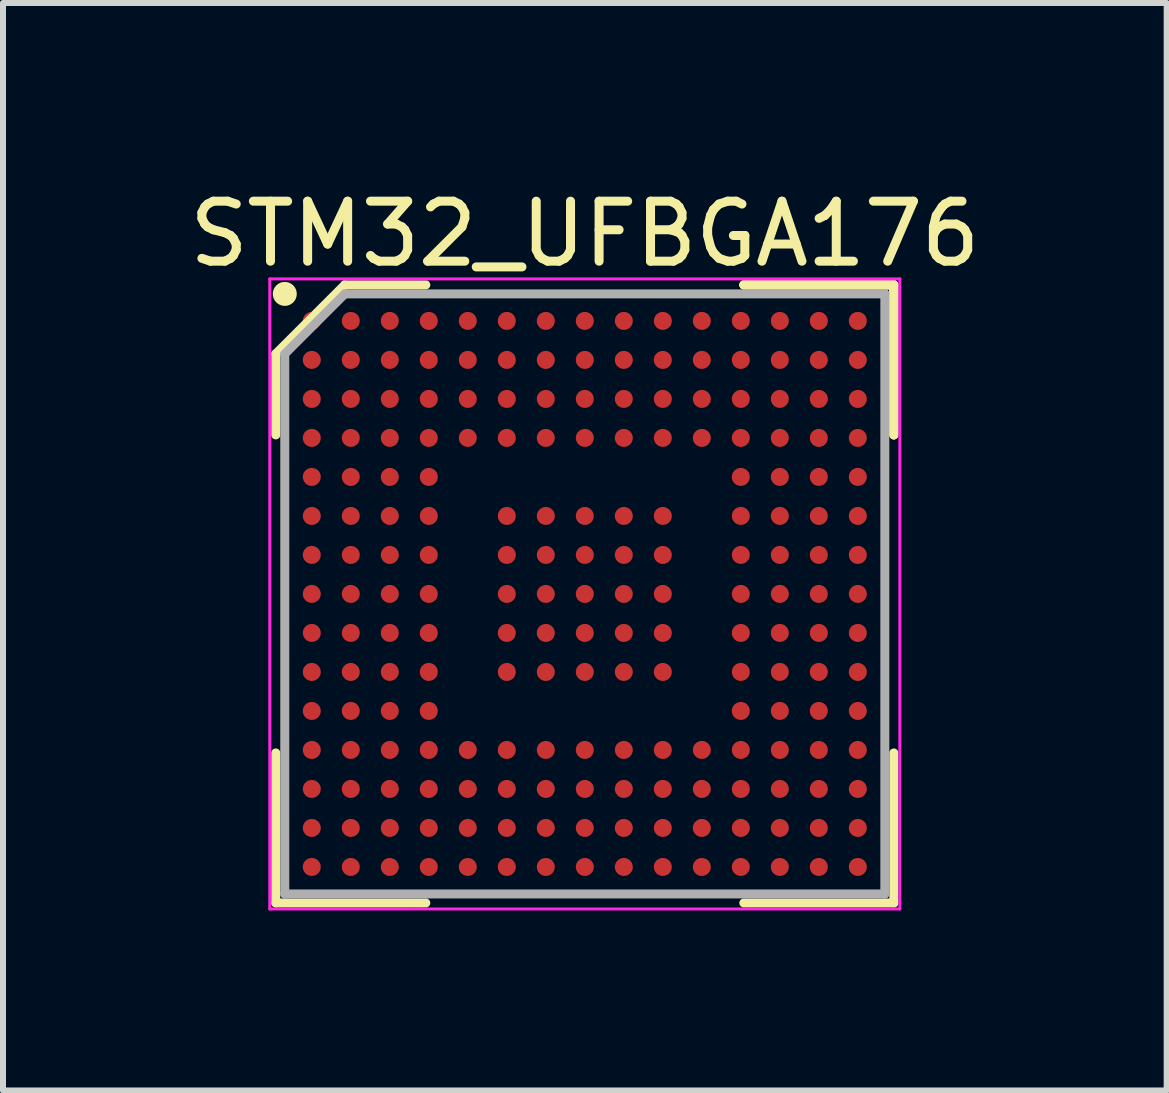
<source format=kicad_pcb>
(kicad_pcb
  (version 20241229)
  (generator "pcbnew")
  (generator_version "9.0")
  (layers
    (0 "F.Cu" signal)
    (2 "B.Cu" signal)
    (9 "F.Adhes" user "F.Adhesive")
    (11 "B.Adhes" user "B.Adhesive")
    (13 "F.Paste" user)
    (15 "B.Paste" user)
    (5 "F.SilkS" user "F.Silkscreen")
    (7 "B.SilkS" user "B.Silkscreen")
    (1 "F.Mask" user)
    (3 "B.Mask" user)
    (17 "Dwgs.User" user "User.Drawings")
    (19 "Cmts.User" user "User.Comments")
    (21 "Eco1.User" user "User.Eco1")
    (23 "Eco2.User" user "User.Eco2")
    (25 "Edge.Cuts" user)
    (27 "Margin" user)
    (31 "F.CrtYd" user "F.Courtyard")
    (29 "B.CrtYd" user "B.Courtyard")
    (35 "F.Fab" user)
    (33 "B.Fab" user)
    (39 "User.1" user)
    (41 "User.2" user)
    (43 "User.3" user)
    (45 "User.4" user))
  (footprint "STM32_UFBGA176"
    (layer "F.Cu")
    (at 6.696 6.848)
    (property "Reference" "STM32_UFBGA176" (at 0 -6 0) (layer "F.SilkS") (effects (font (size 1 1) (thickness 0.15))))
    (attr smd)
    (fp_line (start -5.15 -4) (end -5.15 -2.65) (stroke (width 0.15) (type solid)) (layer "F.SilkS"))
    (fp_line (start -5.15 5.15) (end -5.15 2.65) (stroke (width 0.15) (type solid)) (layer "F.SilkS"))
    (fp_line (start -4 -5.15) (end -5.15 -4) (stroke (width 0.15) (type solid)) (layer "F.SilkS"))
    (fp_line (start -2.65 -5.15) (end -4 -5.15) (stroke (width 0.15) (type solid)) (layer "F.SilkS"))
    (fp_line (start -2.65 5.15) (end -5.15 5.15) (stroke (width 0.15) (type solid)) (layer "F.SilkS"))
    (fp_line (start 2.65 -5.15) (end 5.15 -5.15) (stroke (width 0.15) (type solid)) (layer "F.SilkS"))
    (fp_line (start 2.65 -5.15) (end 5.15 -5.15) (stroke (width 0.15) (type solid)) (layer "F.SilkS"))
    (fp_line (start 2.65 -5.15) (end 5.15 -5.15) (stroke (width 0.15) (type solid)) (layer "F.SilkS"))
    (fp_line (start 2.65 5.15) (end 5.15 5.15) (stroke (width 0.15) (type solid)) (layer "F.SilkS"))
    (fp_line (start 5.15 -5.15) (end 5.15 -2.65) (stroke (width 0.15) (type solid)) (layer "F.SilkS"))
    (fp_line (start 5.15 -5.15) (end 5.15 -2.65) (stroke (width 0.15) (type solid)) (layer "F.SilkS"))
    (fp_line (start 5.15 -5.15) (end 5.15 -2.65) (stroke (width 0.15) (type solid)) (layer "F.SilkS"))
    (fp_line (start 5.15 5.15) (end 5.15 2.65) (stroke (width 0.15) (type solid)) (layer "F.SilkS"))
    (fp_circle (center -5 -5) (end -5 -4.9) (stroke (width 0.2) (type solid)) (fill no) (layer "F.SilkS"))
    (fp_line (start -5.25 -5.25) (end 5.25 -5.25) (stroke (width 0.05) (type solid)) (layer "F.CrtYd"))
    (fp_line (start -5.25 5.25) (end -5.25 -5.25) (stroke (width 0.05) (type solid)) (layer "F.CrtYd"))
    (fp_line (start 5.25 -5.25) (end 5.25 5.25) (stroke (width 0.05) (type solid)) (layer "F.CrtYd"))
    (fp_line (start 5.25 5.25) (end -5.25 5.25) (stroke (width 0.05) (type solid)) (layer "F.CrtYd"))
    (fp_line (start -5 -4) (end -5 5) (stroke (width 0.15) (type solid)) (layer "F.Fab"))
    (fp_line (start -5 5) (end 5 5) (stroke (width 0.15) (type solid)) (layer "F.Fab"))
    (fp_line (start -4 -5) (end -5 -4) (stroke (width 0.15) (type solid)) (layer "F.Fab"))
    (fp_line (start 5 -5) (end -4 -5) (stroke (width 0.15) (type solid)) (layer "F.Fab"))
    (fp_line (start 5 5) (end 5 -5) (stroke (width 0.15) (type solid)) (layer "F.Fab"))
    (pad "A1" smd circle (at -4.55 -4.55) (size 0.3 0.3) (layers "F.Cu" "F.Mask" "F.Paste"))
    (pad "A2" smd circle (at -3.9 -4.55) (size 0.3 0.3) (layers "F.Cu" "F.Mask" "F.Paste"))
    (pad "A3" smd circle (at -3.25 -4.55) (size 0.3 0.3) (layers "F.Cu" "F.Mask" "F.Paste"))
    (pad "A4" smd circle (at -2.6 -4.55) (size 0.3 0.3) (layers "F.Cu" "F.Mask" "F.Paste"))
    (pad "A5" smd circle (at -1.95 -4.55) (size 0.3 0.3) (layers "F.Cu" "F.Mask" "F.Paste"))
    (pad "A6" smd circle (at -1.3 -4.55) (size 0.3 0.3) (layers "F.Cu" "F.Mask" "F.Paste"))
    (pad "A7" smd circle (at -0.65 -4.55) (size 0.3 0.3) (layers "F.Cu" "F.Mask" "F.Paste"))
    (pad "A8" smd circle (at 0 -4.55) (size 0.3 0.3) (layers "F.Cu" "F.Mask" "F.Paste"))
    (pad "A9" smd circle (at 0.65 -4.55) (size 0.3 0.3) (layers "F.Cu" "F.Mask" "F.Paste"))
    (pad "A10" smd circle (at 1.3 -4.55) (size 0.3 0.3) (layers "F.Cu" "F.Mask" "F.Paste"))
    (pad "A11" smd circle (at 1.95 -4.55) (size 0.3 0.3) (layers "F.Cu" "F.Mask" "F.Paste"))
    (pad "A12" smd circle (at 2.6 -4.55) (size 0.3 0.3) (layers "F.Cu" "F.Mask" "F.Paste"))
    (pad "A13" smd circle (at 3.25 -4.55) (size 0.3 0.3) (layers "F.Cu" "F.Mask" "F.Paste"))
    (pad "A14" smd circle (at 3.9 -4.55) (size 0.3 0.3) (layers "F.Cu" "F.Mask" "F.Paste"))
    (pad "A15" smd circle (at 4.55 -4.55) (size 0.3 0.3) (layers "F.Cu" "F.Mask" "F.Paste"))
    (pad "B1" smd circle (at -4.55 -3.9) (size 0.3 0.3) (layers "F.Cu" "F.Mask" "F.Paste"))
    (pad "B2" smd circle (at -3.9 -3.9) (size 0.3 0.3) (layers "F.Cu" "F.Mask" "F.Paste"))
    (pad "B3" smd circle (at -3.25 -3.9) (size 0.3 0.3) (layers "F.Cu" "F.Mask" "F.Paste"))
    (pad "B4" smd circle (at -2.6 -3.9) (size 0.3 0.3) (layers "F.Cu" "F.Mask" "F.Paste"))
    (pad "B5" smd circle (at -1.95 -3.9) (size 0.3 0.3) (layers "F.Cu" "F.Mask" "F.Paste"))
    (pad "B6" smd circle (at -1.3 -3.9) (size 0.3 0.3) (layers "F.Cu" "F.Mask" "F.Paste"))
    (pad "B7" smd circle (at -0.65 -3.9) (size 0.3 0.3) (layers "F.Cu" "F.Mask" "F.Paste"))
    (pad "B8" smd circle (at 0 -3.9) (size 0.3 0.3) (layers "F.Cu" "F.Mask" "F.Paste"))
    (pad "B9" smd circle (at 0.65 -3.9) (size 0.3 0.3) (layers "F.Cu" "F.Mask" "F.Paste"))
    (pad "B10" smd circle (at 1.3 -3.9) (size 0.3 0.3) (layers "F.Cu" "F.Mask" "F.Paste"))
    (pad "B11" smd circle (at 1.95 -3.9) (size 0.3 0.3) (layers "F.Cu" "F.Mask" "F.Paste"))
    (pad "B12" smd circle (at 2.6 -3.9) (size 0.3 0.3) (layers "F.Cu" "F.Mask" "F.Paste"))
    (pad "B13" smd circle (at 3.25 -3.9) (size 0.3 0.3) (layers "F.Cu" "F.Mask" "F.Paste"))
    (pad "B14" smd circle (at 3.9 -3.9) (size 0.3 0.3) (layers "F.Cu" "F.Mask" "F.Paste"))
    (pad "B15" smd circle (at 4.55 -3.9) (size 0.3 0.3) (layers "F.Cu" "F.Mask" "F.Paste"))
    (pad "C1" smd circle (at -4.55 -3.25) (size 0.3 0.3) (layers "F.Cu" "F.Mask" "F.Paste"))
    (pad "C2" smd circle (at -3.9 -3.25) (size 0.3 0.3) (layers "F.Cu" "F.Mask" "F.Paste"))
    (pad "C3" smd circle (at -3.25 -3.25) (size 0.3 0.3) (layers "F.Cu" "F.Mask" "F.Paste"))
    (pad "C4" smd circle (at -2.6 -3.25) (size 0.3 0.3) (layers "F.Cu" "F.Mask" "F.Paste"))
    (pad "C5" smd circle (at -1.95 -3.25) (size 0.3 0.3) (layers "F.Cu" "F.Mask" "F.Paste"))
    (pad "C6" smd circle (at -1.3 -3.25) (size 0.3 0.3) (layers "F.Cu" "F.Mask" "F.Paste"))
    (pad "C7" smd circle (at -0.65 -3.25) (size 0.3 0.3) (layers "F.Cu" "F.Mask" "F.Paste"))
    (pad "C8" smd circle (at 0 -3.25) (size 0.3 0.3) (layers "F.Cu" "F.Mask" "F.Paste"))
    (pad "C9" smd circle (at 0.65 -3.25) (size 0.3 0.3) (layers "F.Cu" "F.Mask" "F.Paste"))
    (pad "C10" smd circle (at 1.3 -3.25) (size 0.3 0.3) (layers "F.Cu" "F.Mask" "F.Paste"))
    (pad "C11" smd circle (at 1.95 -3.25) (size 0.3 0.3) (layers "F.Cu" "F.Mask" "F.Paste"))
    (pad "C12" smd circle (at 2.6 -3.25) (size 0.3 0.3) (layers "F.Cu" "F.Mask" "F.Paste"))
    (pad "C13" smd circle (at 3.25 -3.25) (size 0.3 0.3) (layers "F.Cu" "F.Mask" "F.Paste"))
    (pad "C14" smd circle (at 3.9 -3.25) (size 0.3 0.3) (layers "F.Cu" "F.Mask" "F.Paste"))
    (pad "C15" smd circle (at 4.55 -3.25) (size 0.3 0.3) (layers "F.Cu" "F.Mask" "F.Paste"))
    (pad "D1" smd circle (at -4.55 -2.6) (size 0.3 0.3) (layers "F.Cu" "F.Mask" "F.Paste"))
    (pad "D2" smd circle (at -3.9 -2.6) (size 0.3 0.3) (layers "F.Cu" "F.Mask" "F.Paste"))
    (pad "D3" smd circle (at -3.25 -2.6) (size 0.3 0.3) (layers "F.Cu" "F.Mask" "F.Paste"))
    (pad "D4" smd circle (at -2.6 -2.6) (size 0.3 0.3) (layers "F.Cu" "F.Mask" "F.Paste"))
    (pad "D5" smd circle (at -1.95 -2.6) (size 0.3 0.3) (layers "F.Cu" "F.Mask" "F.Paste"))
    (pad "D6" smd circle (at -1.3 -2.6) (size 0.3 0.3) (layers "F.Cu" "F.Mask" "F.Paste"))
    (pad "D7" smd circle (at -0.65 -2.6) (size 0.3 0.3) (layers "F.Cu" "F.Mask" "F.Paste"))
    (pad "D8" smd circle (at 0 -2.6) (size 0.3 0.3) (layers "F.Cu" "F.Mask" "F.Paste"))
    (pad "D9" smd circle (at 0.65 -2.6) (size 0.3 0.3) (layers "F.Cu" "F.Mask" "F.Paste"))
    (pad "D10" smd circle (at 1.3 -2.6) (size 0.3 0.3) (layers "F.Cu" "F.Mask" "F.Paste"))
    (pad "D11" smd circle (at 1.95 -2.6) (size 0.3 0.3) (layers "F.Cu" "F.Mask" "F.Paste"))
    (pad "D12" smd circle (at 2.6 -2.6) (size 0.3 0.3) (layers "F.Cu" "F.Mask" "F.Paste"))
    (pad "D13" smd circle (at 3.25 -2.6) (size 0.3 0.3) (layers "F.Cu" "F.Mask" "F.Paste"))
    (pad "D14" smd circle (at 3.9 -2.6) (size 0.3 0.3) (layers "F.Cu" "F.Mask" "F.Paste"))
    (pad "D15" smd circle (at 4.55 -2.6) (size 0.3 0.3) (layers "F.Cu" "F.Mask" "F.Paste"))
    (pad "E1" smd circle (at -4.55 -1.95) (size 0.3 0.3) (layers "F.Cu" "F.Mask" "F.Paste"))
    (pad "E2" smd circle (at -3.9 -1.95) (size 0.3 0.3) (layers "F.Cu" "F.Mask" "F.Paste"))
    (pad "E3" smd circle (at -3.25 -1.95) (size 0.3 0.3) (layers "F.Cu" "F.Mask" "F.Paste"))
    (pad "E4" smd circle (at -2.6 -1.95) (size 0.3 0.3) (layers "F.Cu" "F.Mask" "F.Paste"))
    (pad "E12" smd circle (at 2.6 -1.95) (size 0.3 0.3) (layers "F.Cu" "F.Mask" "F.Paste"))
    (pad "E13" smd circle (at 3.25 -1.95) (size 0.3 0.3) (layers "F.Cu" "F.Mask" "F.Paste"))
    (pad "E14" smd circle (at 3.9 -1.95) (size 0.3 0.3) (layers "F.Cu" "F.Mask" "F.Paste"))
    (pad "E15" smd circle (at 4.55 -1.95) (size 0.3 0.3) (layers "F.Cu" "F.Mask" "F.Paste"))
    (pad "F1" smd circle (at -4.55 -1.3) (size 0.3 0.3) (layers "F.Cu" "F.Mask" "F.Paste"))
    (pad "F2" smd circle (at -3.9 -1.3) (size 0.3 0.3) (layers "F.Cu" "F.Mask" "F.Paste"))
    (pad "F3" smd circle (at -3.25 -1.3) (size 0.3 0.3) (layers "F.Cu" "F.Mask" "F.Paste"))
    (pad "F4" smd circle (at -2.6 -1.3) (size 0.3 0.3) (layers "F.Cu" "F.Mask" "F.Paste"))
    (pad "F6" smd circle (at -1.3 -1.3) (size 0.3 0.3) (layers "F.Cu" "F.Mask" "F.Paste"))
    (pad "F7" smd circle (at -0.65 -1.3) (size 0.3 0.3) (layers "F.Cu" "F.Mask" "F.Paste"))
    (pad "F8" smd circle (at 0 -1.3) (size 0.3 0.3) (layers "F.Cu" "F.Mask" "F.Paste"))
    (pad "F9" smd circle (at 0.65 -1.3) (size 0.3 0.3) (layers "F.Cu" "F.Mask" "F.Paste"))
    (pad "F10" smd circle (at 1.3 -1.3) (size 0.3 0.3) (layers "F.Cu" "F.Mask" "F.Paste"))
    (pad "F12" smd circle (at 2.6 -1.3) (size 0.3 0.3) (layers "F.Cu" "F.Mask" "F.Paste"))
    (pad "F13" smd circle (at 3.25 -1.3) (size 0.3 0.3) (layers "F.Cu" "F.Mask" "F.Paste"))
    (pad "F14" smd circle (at 3.9 -1.3) (size 0.3 0.3) (layers "F.Cu" "F.Mask" "F.Paste"))
    (pad "F15" smd circle (at 4.55 -1.3) (size 0.3 0.3) (layers "F.Cu" "F.Mask" "F.Paste"))
    (pad "G1" smd circle (at -4.55 -0.65) (size 0.3 0.3) (layers "F.Cu" "F.Mask" "F.Paste"))
    (pad "G2" smd circle (at -3.9 -0.65) (size 0.3 0.3) (layers "F.Cu" "F.Mask" "F.Paste"))
    (pad "G3" smd circle (at -3.25 -0.65) (size 0.3 0.3) (layers "F.Cu" "F.Mask" "F.Paste"))
    (pad "G4" smd circle (at -2.6 -0.65) (size 0.3 0.3) (layers "F.Cu" "F.Mask" "F.Paste"))
    (pad "G6" smd circle (at -1.3 -0.65) (size 0.3 0.3) (layers "F.Cu" "F.Mask" "F.Paste"))
    (pad "G7" smd circle (at -0.65 -0.65) (size 0.3 0.3) (layers "F.Cu" "F.Mask" "F.Paste"))
    (pad "G8" smd circle (at 0 -0.65) (size 0.3 0.3) (layers "F.Cu" "F.Mask" "F.Paste"))
    (pad "G9" smd circle (at 0.65 -0.65) (size 0.3 0.3) (layers "F.Cu" "F.Mask" "F.Paste"))
    (pad "G10" smd circle (at 1.3 -0.65) (size 0.3 0.3) (layers "F.Cu" "F.Mask" "F.Paste"))
    (pad "G12" smd circle (at 2.6 -0.65) (size 0.3 0.3) (layers "F.Cu" "F.Mask" "F.Paste"))
    (pad "G13" smd circle (at 3.25 -0.65) (size 0.3 0.3) (layers "F.Cu" "F.Mask" "F.Paste"))
    (pad "G14" smd circle (at 3.9 -0.65) (size 0.3 0.3) (layers "F.Cu" "F.Mask" "F.Paste"))
    (pad "G15" smd circle (at 4.55 -0.65) (size 0.3 0.3) (layers "F.Cu" "F.Mask" "F.Paste"))
    (pad "H1" smd circle (at -4.55 0) (size 0.3 0.3) (layers "F.Cu" "F.Mask" "F.Paste"))
    (pad "H2" smd circle (at -3.9 0) (size 0.3 0.3) (layers "F.Cu" "F.Mask" "F.Paste"))
    (pad "H3" smd circle (at -3.25 0) (size 0.3 0.3) (layers "F.Cu" "F.Mask" "F.Paste"))
    (pad "H4" smd circle (at -2.6 0) (size 0.3 0.3) (layers "F.Cu" "F.Mask" "F.Paste"))
    (pad "H6" smd circle (at -1.3 0) (size 0.3 0.3) (layers "F.Cu" "F.Mask" "F.Paste"))
    (pad "H7" smd circle (at -0.65 0) (size 0.3 0.3) (layers "F.Cu" "F.Mask" "F.Paste"))
    (pad "H8" smd circle (at 0 0) (size 0.3 0.3) (layers "F.Cu" "F.Mask" "F.Paste"))
    (pad "H9" smd circle (at 0.65 0) (size 0.3 0.3) (layers "F.Cu" "F.Mask" "F.Paste"))
    (pad "H10" smd circle (at 1.3 0) (size 0.3 0.3) (layers "F.Cu" "F.Mask" "F.Paste"))
    (pad "H12" smd circle (at 2.6 0) (size 0.3 0.3) (layers "F.Cu" "F.Mask" "F.Paste"))
    (pad "H13" smd circle (at 3.25 0) (size 0.3 0.3) (layers "F.Cu" "F.Mask" "F.Paste"))
    (pad "H14" smd circle (at 3.9 0) (size 0.3 0.3) (layers "F.Cu" "F.Mask" "F.Paste"))
    (pad "H15" smd circle (at 4.55 0) (size 0.3 0.3) (layers "F.Cu" "F.Mask" "F.Paste"))
    (pad "J1" smd circle (at -4.55 0.65) (size 0.3 0.3) (layers "F.Cu" "F.Mask" "F.Paste"))
    (pad "J2" smd circle (at -3.9 0.65) (size 0.3 0.3) (layers "F.Cu" "F.Mask" "F.Paste"))
    (pad "J3" smd circle (at -3.25 0.65) (size 0.3 0.3) (layers "F.Cu" "F.Mask" "F.Paste"))
    (pad "J4" smd circle (at -2.6 0.65) (size 0.3 0.3) (layers "F.Cu" "F.Mask" "F.Paste"))
    (pad "J6" smd circle (at -1.3 0.65) (size 0.3 0.3) (layers "F.Cu" "F.Mask" "F.Paste"))
    (pad "J7" smd circle (at -0.65 0.65) (size 0.3 0.3) (layers "F.Cu" "F.Mask" "F.Paste"))
    (pad "J8" smd circle (at 0 0.65) (size 0.3 0.3) (layers "F.Cu" "F.Mask" "F.Paste"))
    (pad "J9" smd circle (at 0.65 0.65) (size 0.3 0.3) (layers "F.Cu" "F.Mask" "F.Paste"))
    (pad "J10" smd circle (at 1.3 0.65) (size 0.3 0.3) (layers "F.Cu" "F.Mask" "F.Paste"))
    (pad "J12" smd circle (at 2.6 0.65) (size 0.3 0.3) (layers "F.Cu" "F.Mask" "F.Paste"))
    (pad "J13" smd circle (at 3.25 0.65) (size 0.3 0.3) (layers "F.Cu" "F.Mask" "F.Paste"))
    (pad "J14" smd circle (at 3.9 0.65) (size 0.3 0.3) (layers "F.Cu" "F.Mask" "F.Paste"))
    (pad "J15" smd circle (at 4.55 0.65) (size 0.3 0.3) (layers "F.Cu" "F.Mask" "F.Paste"))
    (pad "K1" smd circle (at -4.55 1.3) (size 0.3 0.3) (layers "F.Cu" "F.Mask" "F.Paste"))
    (pad "K2" smd circle (at -3.9 1.3) (size 0.3 0.3) (layers "F.Cu" "F.Mask" "F.Paste"))
    (pad "K3" smd circle (at -3.25 1.3) (size 0.3 0.3) (layers "F.Cu" "F.Mask" "F.Paste"))
    (pad "K4" smd circle (at -2.6 1.3) (size 0.3 0.3) (layers "F.Cu" "F.Mask" "F.Paste"))
    (pad "K6" smd circle (at -1.3 1.3) (size 0.3 0.3) (layers "F.Cu" "F.Mask" "F.Paste"))
    (pad "K7" smd circle (at -0.65 1.3) (size 0.3 0.3) (layers "F.Cu" "F.Mask" "F.Paste"))
    (pad "K8" smd circle (at 0 1.3) (size 0.3 0.3) (layers "F.Cu" "F.Mask" "F.Paste"))
    (pad "K9" smd circle (at 0.65 1.3) (size 0.3 0.3) (layers "F.Cu" "F.Mask" "F.Paste"))
    (pad "K10" smd circle (at 1.3 1.3) (size 0.3 0.3) (layers "F.Cu" "F.Mask" "F.Paste"))
    (pad "K12" smd circle (at 2.6 1.3) (size 0.3 0.3) (layers "F.Cu" "F.Mask" "F.Paste"))
    (pad "K13" smd circle (at 3.25 1.3) (size 0.3 0.3) (layers "F.Cu" "F.Mask" "F.Paste"))
    (pad "K14" smd circle (at 3.9 1.3) (size 0.3 0.3) (layers "F.Cu" "F.Mask" "F.Paste"))
    (pad "K15" smd circle (at 4.55 1.3) (size 0.3 0.3) (layers "F.Cu" "F.Mask" "F.Paste"))
    (pad "L1" smd circle (at -4.55 1.95) (size 0.3 0.3) (layers "F.Cu" "F.Mask" "F.Paste"))
    (pad "L2" smd circle (at -3.9 1.95) (size 0.3 0.3) (layers "F.Cu" "F.Mask" "F.Paste"))
    (pad "L3" smd circle (at -3.25 1.95) (size 0.3 0.3) (layers "F.Cu" "F.Mask" "F.Paste"))
    (pad "L4" smd circle (at -2.6 1.95) (size 0.3 0.3) (layers "F.Cu" "F.Mask" "F.Paste"))
    (pad "L12" smd circle (at 2.6 1.95) (size 0.3 0.3) (layers "F.Cu" "F.Mask" "F.Paste"))
    (pad "L13" smd circle (at 3.25 1.95) (size 0.3 0.3) (layers "F.Cu" "F.Mask" "F.Paste"))
    (pad "L14" smd circle (at 3.9 1.95) (size 0.3 0.3) (layers "F.Cu" "F.Mask" "F.Paste"))
    (pad "L15" smd circle (at 4.55 1.95) (size 0.3 0.3) (layers "F.Cu" "F.Mask" "F.Paste"))
    (pad "M1" smd circle (at -4.55 2.6) (size 0.3 0.3) (layers "F.Cu" "F.Mask" "F.Paste"))
    (pad "M2" smd circle (at -3.9 2.6) (size 0.3 0.3) (layers "F.Cu" "F.Mask" "F.Paste"))
    (pad "M3" smd circle (at -3.25 2.6) (size 0.3 0.3) (layers "F.Cu" "F.Mask" "F.Paste"))
    (pad "M4" smd circle (at -2.6 2.6) (size 0.3 0.3) (layers "F.Cu" "F.Mask" "F.Paste"))
    (pad "M5" smd circle (at -1.95 2.6) (size 0.3 0.3) (layers "F.Cu" "F.Mask" "F.Paste"))
    (pad "M6" smd circle (at -1.3 2.6) (size 0.3 0.3) (layers "F.Cu" "F.Mask" "F.Paste"))
    (pad "M7" smd circle (at -0.65 2.6) (size 0.3 0.3) (layers "F.Cu" "F.Mask" "F.Paste"))
    (pad "M8" smd circle (at 0 2.6) (size 0.3 0.3) (layers "F.Cu" "F.Mask" "F.Paste"))
    (pad "M9" smd circle (at 0.65 2.6) (size 0.3 0.3) (layers "F.Cu" "F.Mask" "F.Paste"))
    (pad "M10" smd circle (at 1.3 2.6) (size 0.3 0.3) (layers "F.Cu" "F.Mask" "F.Paste"))
    (pad "M11" smd circle (at 1.95 2.6) (size 0.3 0.3) (layers "F.Cu" "F.Mask" "F.Paste"))
    (pad "M12" smd circle (at 2.6 2.6) (size 0.3 0.3) (layers "F.Cu" "F.Mask" "F.Paste"))
    (pad "M13" smd circle (at 3.25 2.6) (size 0.3 0.3) (layers "F.Cu" "F.Mask" "F.Paste"))
    (pad "M14" smd circle (at 3.9 2.6) (size 0.3 0.3) (layers "F.Cu" "F.Mask" "F.Paste"))
    (pad "M15" smd circle (at 4.55 2.6) (size 0.3 0.3) (layers "F.Cu" "F.Mask" "F.Paste"))
    (pad "N1" smd circle (at -4.55 3.25) (size 0.3 0.3) (layers "F.Cu" "F.Mask" "F.Paste"))
    (pad "N2" smd circle (at -3.9 3.25) (size 0.3 0.3) (layers "F.Cu" "F.Mask" "F.Paste"))
    (pad "N3" smd circle (at -3.25 3.25) (size 0.3 0.3) (layers "F.Cu" "F.Mask" "F.Paste"))
    (pad "N4" smd circle (at -2.6 3.25) (size 0.3 0.3) (layers "F.Cu" "F.Mask" "F.Paste"))
    (pad "N5" smd circle (at -1.95 3.25) (size 0.3 0.3) (layers "F.Cu" "F.Mask" "F.Paste"))
    (pad "N6" smd circle (at -1.3 3.25) (size 0.3 0.3) (layers "F.Cu" "F.Mask" "F.Paste"))
    (pad "N7" smd circle (at -0.65 3.25) (size 0.3 0.3) (layers "F.Cu" "F.Mask" "F.Paste"))
    (pad "N8" smd circle (at 0 3.25) (size 0.3 0.3) (layers "F.Cu" "F.Mask" "F.Paste"))
    (pad "N9" smd circle (at 0.65 3.25) (size 0.3 0.3) (layers "F.Cu" "F.Mask" "F.Paste"))
    (pad "N10" smd circle (at 1.3 3.25) (size 0.3 0.3) (layers "F.Cu" "F.Mask" "F.Paste"))
    (pad "N11" smd circle (at 1.95 3.25) (size 0.3 0.3) (layers "F.Cu" "F.Mask" "F.Paste"))
    (pad "N12" smd circle (at 2.6 3.25) (size 0.3 0.3) (layers "F.Cu" "F.Mask" "F.Paste"))
    (pad "N13" smd circle (at 3.25 3.25) (size 0.3 0.3) (layers "F.Cu" "F.Mask" "F.Paste"))
    (pad "N14" smd circle (at 3.9 3.25) (size 0.3 0.3) (layers "F.Cu" "F.Mask" "F.Paste"))
    (pad "N15" smd circle (at 4.55 3.25) (size 0.3 0.3) (layers "F.Cu" "F.Mask" "F.Paste"))
    (pad "P1" smd circle (at -4.55 3.9) (size 0.3 0.3) (layers "F.Cu" "F.Mask" "F.Paste"))
    (pad "P2" smd circle (at -3.9 3.9) (size 0.3 0.3) (layers "F.Cu" "F.Mask" "F.Paste"))
    (pad "P3" smd circle (at -3.25 3.9) (size 0.3 0.3) (layers "F.Cu" "F.Mask" "F.Paste"))
    (pad "P4" smd circle (at -2.6 3.9) (size 0.3 0.3) (layers "F.Cu" "F.Mask" "F.Paste"))
    (pad "P5" smd circle (at -1.95 3.9) (size 0.3 0.3) (layers "F.Cu" "F.Mask" "F.Paste"))
    (pad "P6" smd circle (at -1.3 3.9) (size 0.3 0.3) (layers "F.Cu" "F.Mask" "F.Paste"))
    (pad "P7" smd circle (at -0.65 3.9) (size 0.3 0.3) (layers "F.Cu" "F.Mask" "F.Paste"))
    (pad "P8" smd circle (at 0 3.9) (size 0.3 0.3) (layers "F.Cu" "F.Mask" "F.Paste"))
    (pad "P9" smd circle (at 0.65 3.9) (size 0.3 0.3) (layers "F.Cu" "F.Mask" "F.Paste"))
    (pad "P10" smd circle (at 1.3 3.9) (size 0.3 0.3) (layers "F.Cu" "F.Mask" "F.Paste"))
    (pad "P11" smd circle (at 1.95 3.9) (size 0.3 0.3) (layers "F.Cu" "F.Mask" "F.Paste"))
    (pad "P12" smd circle (at 2.6 3.9) (size 0.3 0.3) (layers "F.Cu" "F.Mask" "F.Paste"))
    (pad "P13" smd circle (at 3.25 3.9) (size 0.3 0.3) (layers "F.Cu" "F.Mask" "F.Paste"))
    (pad "P14" smd circle (at 3.9 3.9) (size 0.3 0.3) (layers "F.Cu" "F.Mask" "F.Paste"))
    (pad "P15" smd circle (at 4.55 3.9) (size 0.3 0.3) (layers "F.Cu" "F.Mask" "F.Paste"))
    (pad "R1" smd circle (at -4.55 4.55) (size 0.3 0.3) (layers "F.Cu" "F.Mask" "F.Paste"))
    (pad "R2" smd circle (at -3.9 4.55) (size 0.3 0.3) (layers "F.Cu" "F.Mask" "F.Paste"))
    (pad "R3" smd circle (at -3.25 4.55) (size 0.3 0.3) (layers "F.Cu" "F.Mask" "F.Paste"))
    (pad "R4" smd circle (at -2.6 4.55) (size 0.3 0.3) (layers "F.Cu" "F.Mask" "F.Paste"))
    (pad "R5" smd circle (at -1.95 4.55) (size 0.3 0.3) (layers "F.Cu" "F.Mask" "F.Paste"))
    (pad "R6" smd circle (at -1.3 4.55) (size 0.3 0.3) (layers "F.Cu" "F.Mask" "F.Paste"))
    (pad "R7" smd circle (at -0.65 4.55) (size 0.3 0.3) (layers "F.Cu" "F.Mask" "F.Paste"))
    (pad "R8" smd circle (at 0 4.55) (size 0.3 0.3) (layers "F.Cu" "F.Mask" "F.Paste"))
    (pad "R9" smd circle (at 0.65 4.55) (size 0.3 0.3) (layers "F.Cu" "F.Mask" "F.Paste"))
    (pad "R10" smd circle (at 1.3 4.55) (size 0.3 0.3) (layers "F.Cu" "F.Mask" "F.Paste"))
    (pad "R11" smd circle (at 1.95 4.55) (size 0.3 0.3) (layers "F.Cu" "F.Mask" "F.Paste"))
    (pad "R12" smd circle (at 2.6 4.55) (size 0.3 0.3) (layers "F.Cu" "F.Mask" "F.Paste"))
    (pad "R13" smd circle (at 3.25 4.55) (size 0.3 0.3) (layers "F.Cu" "F.Mask" "F.Paste"))
    (pad "R14" smd circle (at 3.9 4.55) (size 0.3 0.3) (layers "F.Cu" "F.Mask" "F.Paste"))
    (pad "R15" smd circle (at 4.55 4.55) (size 0.3 0.3) (layers "F.Cu" "F.Mask" "F.Paste")))
  (gr_rect
    (start -3 -3)
    (end 16.393 15.123)
    (stroke (width 0.1) (type default))
    (fill no)
    (layer "Edge.Cuts")))
</source>
